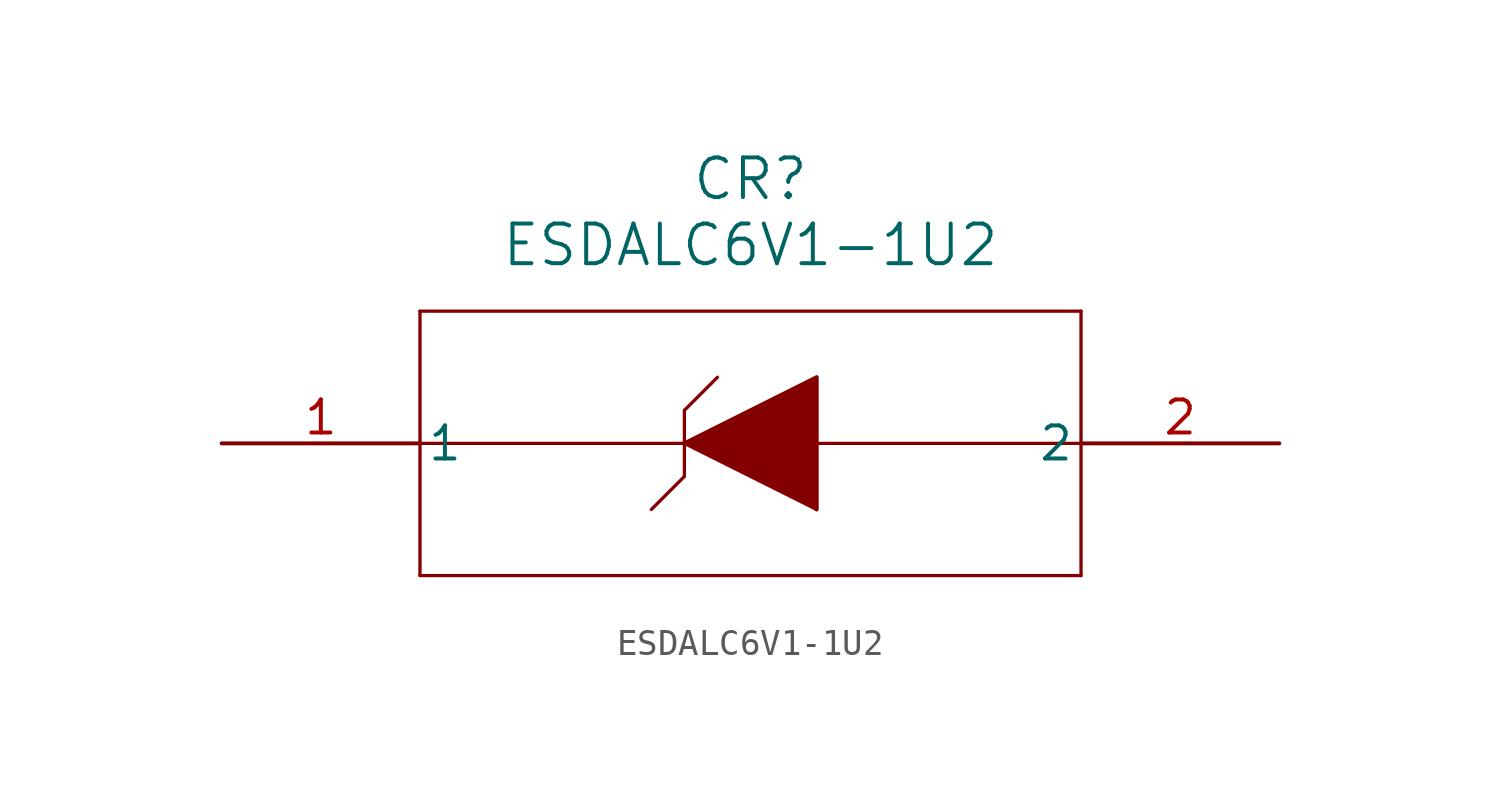
<source format=kicad_sym>
(kicad_symbol_lib
  (version 20211014)
  (generator kicad_symbol_editor)
  (symbol "ESDALC6V1-1U2"
    (pin_names
      (offset 0.254))
    (property "Reference" "CR"
      (at 20.32 10.16 0)
      (effects (font (size 1.524 1.524))))
    (property "Value" "ESDALC6V1-1U2"
      (at 20.32 7.62 0)
      (effects (font (size 1.524 1.524))))
    (symbol "ESDALC6V1-1U2_0_1"
      (polyline (pts (xy 7.62 5.08) (xy 7.62 -5.08)) (stroke (width 0.127) (type default) (color 0 0 0 0)) (fill (type none)))
      (polyline (pts (xy 7.62 -5.08) (xy 33.02 -5.08)) (stroke (width 0.127) (type default) (color 0 0 0 0)) (fill (type none)))
      (polyline (pts (xy 33.02 -5.08) (xy 33.02 5.08)) (stroke (width 0.127) (type default) (color 0 0 0 0)) (fill (type none)))
      (polyline (pts (xy 33.02 5.08) (xy 7.62 5.08)) (stroke (width 0.127) (type default) (color 0 0 0 0)) (fill (type none)))
      (polyline (pts (xy 7.62 0) (xy 33.02 0)) (stroke (width 0.127) (type default) (color 0 0 0 0)) (fill (type none)))
      (polyline (pts (xy 17.78 0) (xy 22.86 2.54)) (stroke (width 0.127) (type default) (color 0 0 0 0)) (fill (type none)))
      (polyline (pts (xy 22.86 2.54) (xy 22.86 -2.54)) (stroke (width 0.127) (type default) (color 0 0 0 0)) (fill (type none)))
      (polyline (pts (xy 22.86 -2.54) (xy 17.78 0)) (stroke (width 0.127) (type default) (color 0 0 0 0)) (fill (type none)))
      (polyline (pts (xy 17.78 1.27) (xy 17.78 -1.27)) (stroke (width 0.127) (type default) (color 0 0 0 0)) (fill (type none)))
      (polyline (pts (xy 17.78 1.27) (xy 19.05 2.54)) (stroke (width 0.127) (type default) (color 0 0 0 0)) (fill (type none)))
      (polyline (pts (xy 17.78 -1.27) (xy 16.51 -2.54)) (stroke (width 0.127) (type default) (color 0 0 0 0)) (fill (type none)))
      (polyline (pts (xy 17.78 0) (xy 22.86 2.54) (xy 22.86 -2.54)) (stroke (width 0) (type default) (color 0 0 0 0)) (fill (type outline)))
      (pin unspecified line (at 0 0 0) (length 7.62) (name "1" (effects (font (size 1.27 1.27)))) (number "1" (effects (font (size 1.27 1.27)))))
      (pin unspecified line (at 40.64 0 180) (length 7.62) (name "2" (effects (font (size 1.27 1.27)))) (number "2" (effects (font (size 1.27 1.27))))))))
</source>
